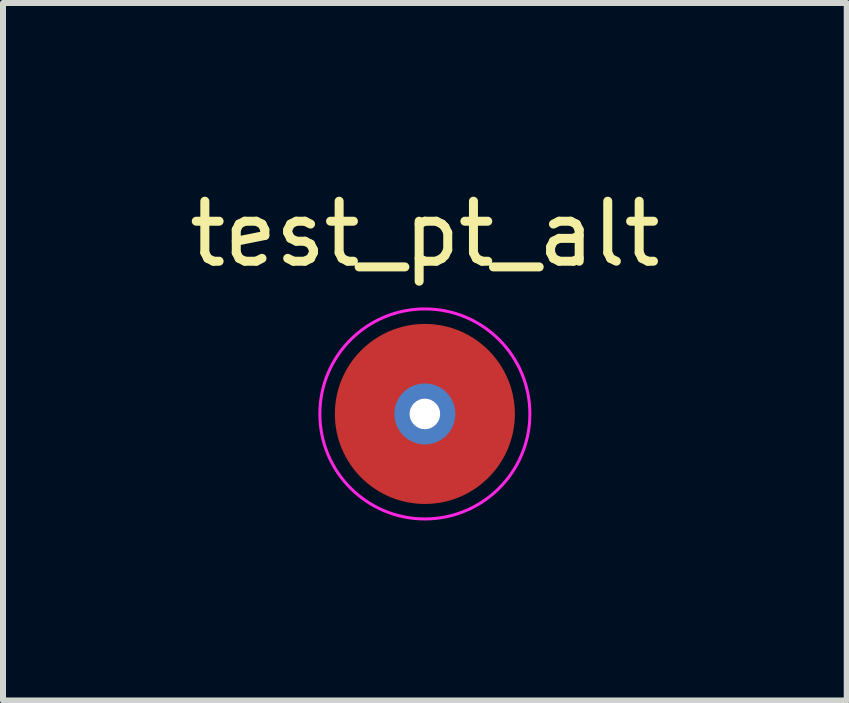
<source format=kicad_pcb>
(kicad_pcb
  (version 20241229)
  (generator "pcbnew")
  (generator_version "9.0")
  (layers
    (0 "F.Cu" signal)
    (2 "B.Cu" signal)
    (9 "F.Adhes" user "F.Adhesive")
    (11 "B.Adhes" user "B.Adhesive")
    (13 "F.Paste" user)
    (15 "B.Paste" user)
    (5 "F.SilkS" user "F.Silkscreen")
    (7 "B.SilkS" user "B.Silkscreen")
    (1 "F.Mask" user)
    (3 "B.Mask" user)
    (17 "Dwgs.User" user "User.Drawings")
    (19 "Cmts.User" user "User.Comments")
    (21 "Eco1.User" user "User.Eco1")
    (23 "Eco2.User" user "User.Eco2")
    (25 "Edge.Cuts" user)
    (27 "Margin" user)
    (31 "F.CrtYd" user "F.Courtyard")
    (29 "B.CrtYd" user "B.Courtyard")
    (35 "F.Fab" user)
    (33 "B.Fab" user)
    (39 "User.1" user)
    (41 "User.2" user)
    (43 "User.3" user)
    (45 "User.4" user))
  (footprint "test_pt_alt"
    (layer "F.Cu")
    (at 4.03 3.848)
    (property "Reference" "test_pt_alt" (at 0 -3 0) (layer "F.SilkS") (effects (font (size 1 1) (thickness 0.15))))
    (attr exclude_from_pos_files exclude_from_bom)
    (fp_circle (center 0 0) (end 1.75 0) (stroke (width 0.05) (type solid)) (fill no) (layer "F.CrtYd"))
    (pad "1" thru_hole circle (at 0 0) (size 1.016 1.016) (drill 0.508) (layers "*.Cu" "*.Mask"))
    (pad "1" smd circle (at 0 0) (size 3 3) (layers "F.Cu" "F.Mask")))
  (gr_rect
    (start -3 -3)
    (end 11.06 8.623)
    (stroke (width 0.1) (type default))
    (fill no)
    (layer "Edge.Cuts")))
</source>
